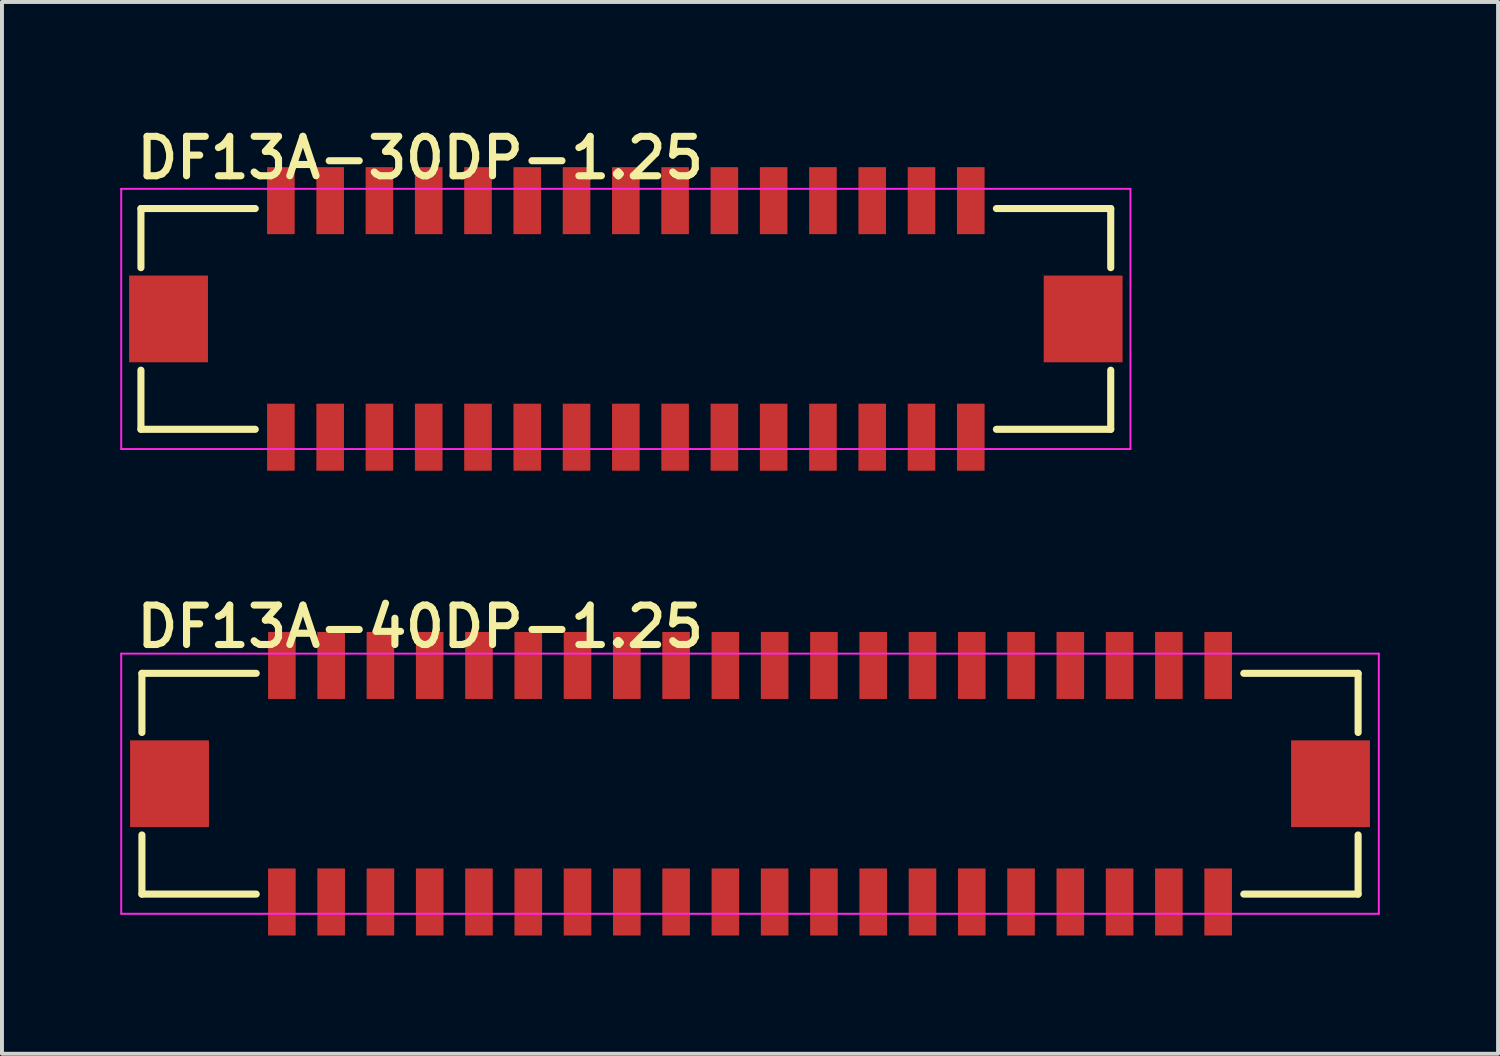
<source format=kicad_pcb>
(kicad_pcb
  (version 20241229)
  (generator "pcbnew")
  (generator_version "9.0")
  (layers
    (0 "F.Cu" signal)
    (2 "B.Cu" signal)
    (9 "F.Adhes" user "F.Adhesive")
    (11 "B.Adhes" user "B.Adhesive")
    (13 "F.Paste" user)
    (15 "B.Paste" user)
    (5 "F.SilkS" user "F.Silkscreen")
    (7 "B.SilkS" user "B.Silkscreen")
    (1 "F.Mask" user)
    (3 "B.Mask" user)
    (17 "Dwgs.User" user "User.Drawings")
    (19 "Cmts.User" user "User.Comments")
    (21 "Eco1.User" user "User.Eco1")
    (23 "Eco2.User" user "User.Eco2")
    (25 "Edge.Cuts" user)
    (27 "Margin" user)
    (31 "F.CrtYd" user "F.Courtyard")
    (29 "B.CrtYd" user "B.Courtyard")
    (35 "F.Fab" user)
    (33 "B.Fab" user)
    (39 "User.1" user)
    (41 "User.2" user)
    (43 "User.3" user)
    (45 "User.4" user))
  (footprint "DF13A-30DP-1.25"
    (layer "F.Cu")
    (at 12.825 5.04)
    (property "Reference" "DF13A-30DP-1.25" (at -12.5 -3.5 0) (layer "F.SilkS") (effects (font (size 1 1) (thickness 0.18)) (justify left bottom)))
    (attr through_hole)
    (fp_line (start -12.3 -2.8) (end -9.4 -2.8) (stroke (width 0.18) (type solid)) (layer "F.SilkS"))
    (fp_line (start -12.3 -1.3) (end -12.3 -2.8) (stroke (width 0.18) (type solid)) (layer "F.SilkS"))
    (fp_line (start -12.3 2.8) (end -12.3 1.3) (stroke (width 0.18) (type solid)) (layer "F.SilkS"))
    (fp_line (start -12.3 2.8) (end -9.4 2.8) (stroke (width 0.18) (type solid)) (layer "F.SilkS"))
    (fp_line (start 12.3 -2.8) (end 9.4 -2.8) (stroke (width 0.18) (type solid)) (layer "F.SilkS"))
    (fp_line (start 12.3 -2.8) (end 12.3 -1.3) (stroke (width 0.18) (type solid)) (layer "F.SilkS"))
    (fp_line (start 12.3 1.3) (end 12.3 2.8) (stroke (width 0.18) (type solid)) (layer "F.SilkS"))
    (fp_line (start 12.3 2.8) (end 9.4 2.8) (stroke (width 0.18) (type solid)) (layer "F.SilkS"))
    (fp_line (start -12.8 -3.3) (end 12.8 -3.3) (stroke (width 0.05) (type solid)) (layer "F.CrtYd"))
    (fp_line (start -12.8 3.3) (end -12.8 -3.3) (stroke (width 0.05) (type solid)) (layer "F.CrtYd"))
    (fp_line (start 12.8 -3.3) (end 12.8 3.3) (stroke (width 0.05) (type solid)) (layer "F.CrtYd"))
    (fp_line (start 12.8 3.3) (end -12.8 3.3) (stroke (width 0.05) (type solid)) (layer "F.CrtYd"))
    (pad "1" smd rect (at -8.75 -3) (size 0.7 1.7) (layers "F.Cu" "F.Mask" "F.Paste"))
    (pad "2" smd rect (at -8.75 3) (size 0.7 1.7) (layers "F.Cu" "F.Mask" "F.Paste"))
    (pad "3" smd rect (at -7.5 -3) (size 0.7 1.7) (layers "F.Cu" "F.Mask" "F.Paste"))
    (pad "4" smd rect (at -7.5 3) (size 0.7 1.7) (layers "F.Cu" "F.Mask" "F.Paste"))
    (pad "5" smd rect (at -6.25 -3) (size 0.7 1.7) (layers "F.Cu" "F.Mask" "F.Paste"))
    (pad "6" smd rect (at -6.25 3) (size 0.7 1.7) (layers "F.Cu" "F.Mask" "F.Paste"))
    (pad "7" smd rect (at -5 -3) (size 0.7 1.7) (layers "F.Cu" "F.Mask" "F.Paste"))
    (pad "8" smd rect (at -5 3) (size 0.7 1.7) (layers "F.Cu" "F.Mask" "F.Paste"))
    (pad "9" smd rect (at -3.75 -3) (size 0.7 1.7) (layers "F.Cu" "F.Mask" "F.Paste"))
    (pad "10" smd rect (at -3.75 3) (size 0.7 1.7) (layers "F.Cu" "F.Mask" "F.Paste"))
    (pad "11" smd rect (at -2.5 -3) (size 0.7 1.7) (layers "F.Cu" "F.Mask" "F.Paste"))
    (pad "12" smd rect (at -2.5 3) (size 0.7 1.7) (layers "F.Cu" "F.Mask" "F.Paste"))
    (pad "13" smd rect (at -1.25 -3) (size 0.7 1.7) (layers "F.Cu" "F.Mask" "F.Paste"))
    (pad "14" smd rect (at -1.25 3) (size 0.7 1.7) (layers "F.Cu" "F.Mask" "F.Paste"))
    (pad "15" smd rect (at 0 -3) (size 0.7 1.7) (layers "F.Cu" "F.Mask" "F.Paste"))
    (pad "16" smd rect (at 0 3) (size 0.7 1.7) (layers "F.Cu" "F.Mask" "F.Paste"))
    (pad "17" smd rect (at 1.25 -3) (size 0.7 1.7) (layers "F.Cu" "F.Mask" "F.Paste"))
    (pad "18" smd rect (at 1.25 3) (size 0.7 1.7) (layers "F.Cu" "F.Mask" "F.Paste"))
    (pad "19" smd rect (at 2.5 -3) (size 0.7 1.7) (layers "F.Cu" "F.Mask" "F.Paste"))
    (pad "20" smd rect (at 2.5 3) (size 0.7 1.7) (layers "F.Cu" "F.Mask" "F.Paste"))
    (pad "21" smd rect (at 3.75 -3) (size 0.7 1.7) (layers "F.Cu" "F.Mask" "F.Paste"))
    (pad "22" smd rect (at 3.75 3) (size 0.7 1.7) (layers "F.Cu" "F.Mask" "F.Paste"))
    (pad "23" smd rect (at 5 -3) (size 0.7 1.7) (layers "F.Cu" "F.Mask" "F.Paste"))
    (pad "24" smd rect (at 5 3) (size 0.7 1.7) (layers "F.Cu" "F.Mask" "F.Paste"))
    (pad "25" smd rect (at 6.25 -3) (size 0.7 1.7) (layers "F.Cu" "F.Mask" "F.Paste"))
    (pad "26" smd rect (at 6.25 3) (size 0.7 1.7) (layers "F.Cu" "F.Mask" "F.Paste"))
    (pad "27" smd rect (at 7.5 -3) (size 0.7 1.7) (layers "F.Cu" "F.Mask" "F.Paste"))
    (pad "28" smd rect (at 7.5 3) (size 0.7 1.7) (layers "F.Cu" "F.Mask" "F.Paste"))
    (pad "29" smd rect (at 8.75 -3) (size 0.7 1.7) (layers "F.Cu" "F.Mask" "F.Paste"))
    (pad "30" smd rect (at 8.75 3) (size 0.7 1.7) (layers "F.Cu" "F.Mask" "F.Paste"))
    (pad "PAD" smd rect (at -11.6 0) (size 2 2.2) (layers "F.Cu" "F.Mask" "F.Paste"))
    (pad "PAD" smd rect (at 11.6 0) (size 2 2.2) (layers "F.Cu" "F.Mask" "F.Paste")))
  (footprint "DF13A-40DP-1.25"
    (layer "F.Cu")
    (at 15.975 16.83)
    (property "Reference" "DF13A-40DP-1.25" (at -15.65 -3.4 0) (layer "F.SilkS") (effects (font (size 1 1) (thickness 0.18)) (justify left bottom)))
    (attr through_hole)
    (fp_line (start -15.425 -2.8) (end -12.525 -2.8) (stroke (width 0.18) (type solid)) (layer "F.SilkS"))
    (fp_line (start -15.425 -1.3) (end -15.425 -2.8) (stroke (width 0.18) (type solid)) (layer "F.SilkS"))
    (fp_line (start -15.425 2.8) (end -15.425 1.3) (stroke (width 0.18) (type solid)) (layer "F.SilkS"))
    (fp_line (start -15.425 2.8) (end -12.525 2.8) (stroke (width 0.18) (type solid)) (layer "F.SilkS"))
    (fp_line (start 15.425 -2.8) (end 12.525 -2.8) (stroke (width 0.18) (type solid)) (layer "F.SilkS"))
    (fp_line (start 15.425 -2.8) (end 15.425 -1.3) (stroke (width 0.18) (type solid)) (layer "F.SilkS"))
    (fp_line (start 15.425 1.3) (end 15.425 2.8) (stroke (width 0.18) (type solid)) (layer "F.SilkS"))
    (fp_line (start 15.425 2.8) (end 12.525 2.8) (stroke (width 0.18) (type solid)) (layer "F.SilkS"))
    (fp_line (start -15.95 -3.3) (end 15.95 -3.3) (stroke (width 0.05) (type solid)) (layer "F.CrtYd"))
    (fp_line (start -15.95 3.3) (end -15.95 -3.3) (stroke (width 0.05) (type solid)) (layer "F.CrtYd"))
    (fp_line (start 15.95 -3.3) (end 15.95 3.3) (stroke (width 0.05) (type solid)) (layer "F.CrtYd"))
    (fp_line (start 15.95 3.3) (end -15.95 3.3) (stroke (width 0.05) (type solid)) (layer "F.CrtYd"))
    (pad "1" smd rect (at -11.875 -3) (size 0.7 1.7) (layers "F.Cu" "F.Mask" "F.Paste"))
    (pad "2" smd rect (at -11.875 3) (size 0.7 1.7) (layers "F.Cu" "F.Mask" "F.Paste"))
    (pad "3" smd rect (at -10.625 -3) (size 0.7 1.7) (layers "F.Cu" "F.Mask" "F.Paste"))
    (pad "4" smd rect (at -10.625 3) (size 0.7 1.7) (layers "F.Cu" "F.Mask" "F.Paste"))
    (pad "5" smd rect (at -9.375 -3) (size 0.7 1.7) (layers "F.Cu" "F.Mask" "F.Paste"))
    (pad "6" smd rect (at -9.375 3) (size 0.7 1.7) (layers "F.Cu" "F.Mask" "F.Paste"))
    (pad "7" smd rect (at -8.125 -3) (size 0.7 1.7) (layers "F.Cu" "F.Mask" "F.Paste"))
    (pad "8" smd rect (at -8.125 3) (size 0.7 1.7) (layers "F.Cu" "F.Mask" "F.Paste"))
    (pad "9" smd rect (at -6.875 -3) (size 0.7 1.7) (layers "F.Cu" "F.Mask" "F.Paste"))
    (pad "10" smd rect (at -6.875 3) (size 0.7 1.7) (layers "F.Cu" "F.Mask" "F.Paste"))
    (pad "11" smd rect (at -5.625 -3) (size 0.7 1.7) (layers "F.Cu" "F.Mask" "F.Paste"))
    (pad "12" smd rect (at -5.625 3) (size 0.7 1.7) (layers "F.Cu" "F.Mask" "F.Paste"))
    (pad "13" smd rect (at -4.375 -3) (size 0.7 1.7) (layers "F.Cu" "F.Mask" "F.Paste"))
    (pad "14" smd rect (at -4.375 3) (size 0.7 1.7) (layers "F.Cu" "F.Mask" "F.Paste"))
    (pad "15" smd rect (at -3.125 -3) (size 0.7 1.7) (layers "F.Cu" "F.Mask" "F.Paste"))
    (pad "16" smd rect (at -3.125 3) (size 0.7 1.7) (layers "F.Cu" "F.Mask" "F.Paste"))
    (pad "17" smd rect (at -1.875 -3) (size 0.7 1.7) (layers "F.Cu" "F.Mask" "F.Paste"))
    (pad "18" smd rect (at -1.875 3) (size 0.7 1.7) (layers "F.Cu" "F.Mask" "F.Paste"))
    (pad "19" smd rect (at -0.625 -3) (size 0.7 1.7) (layers "F.Cu" "F.Mask" "F.Paste"))
    (pad "20" smd rect (at -0.625 3) (size 0.7 1.7) (layers "F.Cu" "F.Mask" "F.Paste"))
    (pad "21" smd rect (at 0.625 -3) (size 0.7 1.7) (layers "F.Cu" "F.Mask" "F.Paste"))
    (pad "22" smd rect (at 0.625 3) (size 0.7 1.7) (layers "F.Cu" "F.Mask" "F.Paste"))
    (pad "23" smd rect (at 1.875 -3) (size 0.7 1.7) (layers "F.Cu" "F.Mask" "F.Paste"))
    (pad "24" smd rect (at 1.875 3) (size 0.7 1.7) (layers "F.Cu" "F.Mask" "F.Paste"))
    (pad "25" smd rect (at 3.125 -3) (size 0.7 1.7) (layers "F.Cu" "F.Mask" "F.Paste"))
    (pad "26" smd rect (at 3.125 3) (size 0.7 1.7) (layers "F.Cu" "F.Mask" "F.Paste"))
    (pad "27" smd rect (at 4.375 -3) (size 0.7 1.7) (layers "F.Cu" "F.Mask" "F.Paste"))
    (pad "28" smd rect (at 4.375 3) (size 0.7 1.7) (layers "F.Cu" "F.Mask" "F.Paste"))
    (pad "29" smd rect (at 5.625 -3) (size 0.7 1.7) (layers "F.Cu" "F.Mask" "F.Paste"))
    (pad "30" smd rect (at 5.625 3) (size 0.7 1.7) (layers "F.Cu" "F.Mask" "F.Paste"))
    (pad "31" smd rect (at 6.875 -3) (size 0.7 1.7) (layers "F.Cu" "F.Mask" "F.Paste"))
    (pad "32" smd rect (at 6.875 3) (size 0.7 1.7) (layers "F.Cu" "F.Mask" "F.Paste"))
    (pad "33" smd rect (at 8.125 -3) (size 0.7 1.7) (layers "F.Cu" "F.Mask" "F.Paste"))
    (pad "34" smd rect (at 8.125 3) (size 0.7 1.7) (layers "F.Cu" "F.Mask" "F.Paste"))
    (pad "35" smd rect (at 9.375 -3) (size 0.7 1.7) (layers "F.Cu" "F.Mask" "F.Paste"))
    (pad "36" smd rect (at 9.375 3) (size 0.7 1.7) (layers "F.Cu" "F.Mask" "F.Paste"))
    (pad "37" smd rect (at 10.625 -3) (size 0.7 1.7) (layers "F.Cu" "F.Mask" "F.Paste"))
    (pad "38" smd rect (at 10.625 3) (size 0.7 1.7) (layers "F.Cu" "F.Mask" "F.Paste"))
    (pad "39" smd rect (at 11.875 -3) (size 0.7 1.7) (layers "F.Cu" "F.Mask" "F.Paste"))
    (pad "40" smd rect (at 11.875 3) (size 0.7 1.7) (layers "F.Cu" "F.Mask" "F.Paste"))
    (pad "PAD" smd rect (at -14.725 0) (size 2 2.2) (layers "F.Cu" "F.Mask" "F.Paste"))
    (pad "PAD" smd rect (at 14.725 0) (size 2 2.2) (layers "F.Cu" "F.Mask" "F.Paste")))
  (gr_rect
    (start -3 -3)
    (end 34.95 23.68)
    (stroke (width 0.1) (type default))
    (fill no)
    (layer "Edge.Cuts")))
</source>
